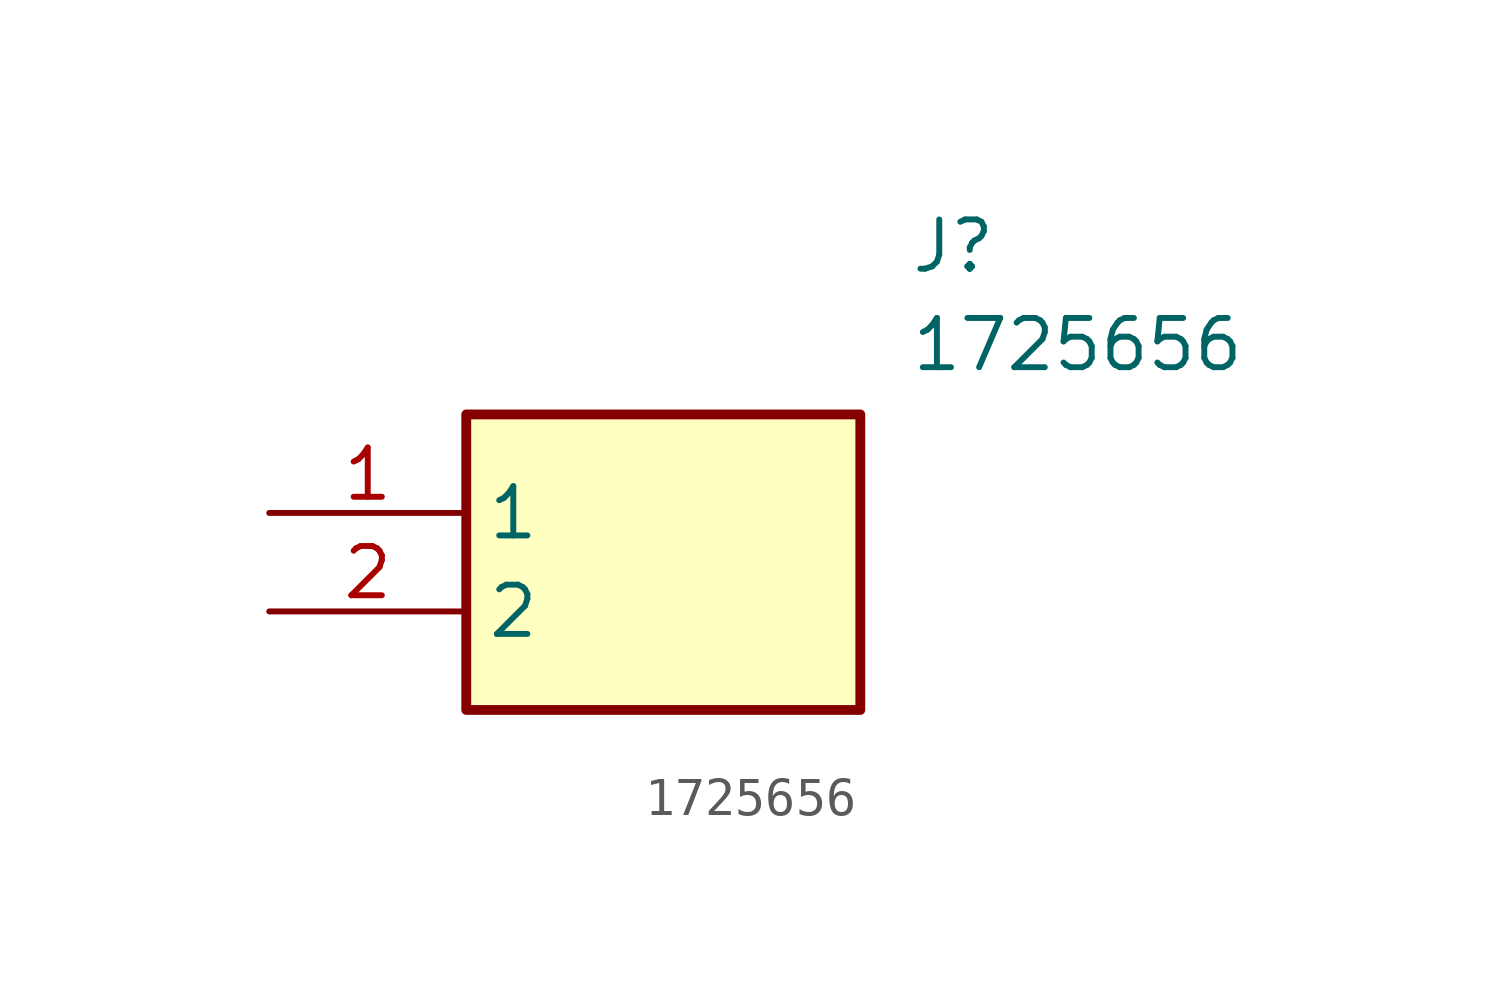
<source format=kicad_sym>
(kicad_symbol_lib
  (version 20231120)
  (generator "kicad_symbol_editor")
  (generator_version "8.0")
  (symbol "1725656"
    (property "Reference" "J"
      (at 16.51 7.62 0)
      (effects (font (size 1.27 1.27)) (justify left top)))
    (property "Value" "1725656"
      (at 16.51 5.08 0)
      (effects (font (size 1.27 1.27)) (justify left top)))
    (symbol "1725656_1_1"
      (rectangle (start 5.08 2.54) (end 15.24 -5.08) (stroke (width 0.254) (type default)) (fill (type background)))
      (pin passive line (at 0 0 0) (length 5.08) (name "1" (effects (font (size 1.27 1.27)))) (number "1" (effects (font (size 1.27 1.27)))))
      (pin passive line (at 0 -2.54 0) (length 5.08) (name "2" (effects (font (size 1.27 1.27)))) (number "2" (effects (font (size 1.27 1.27))))))))
</source>
